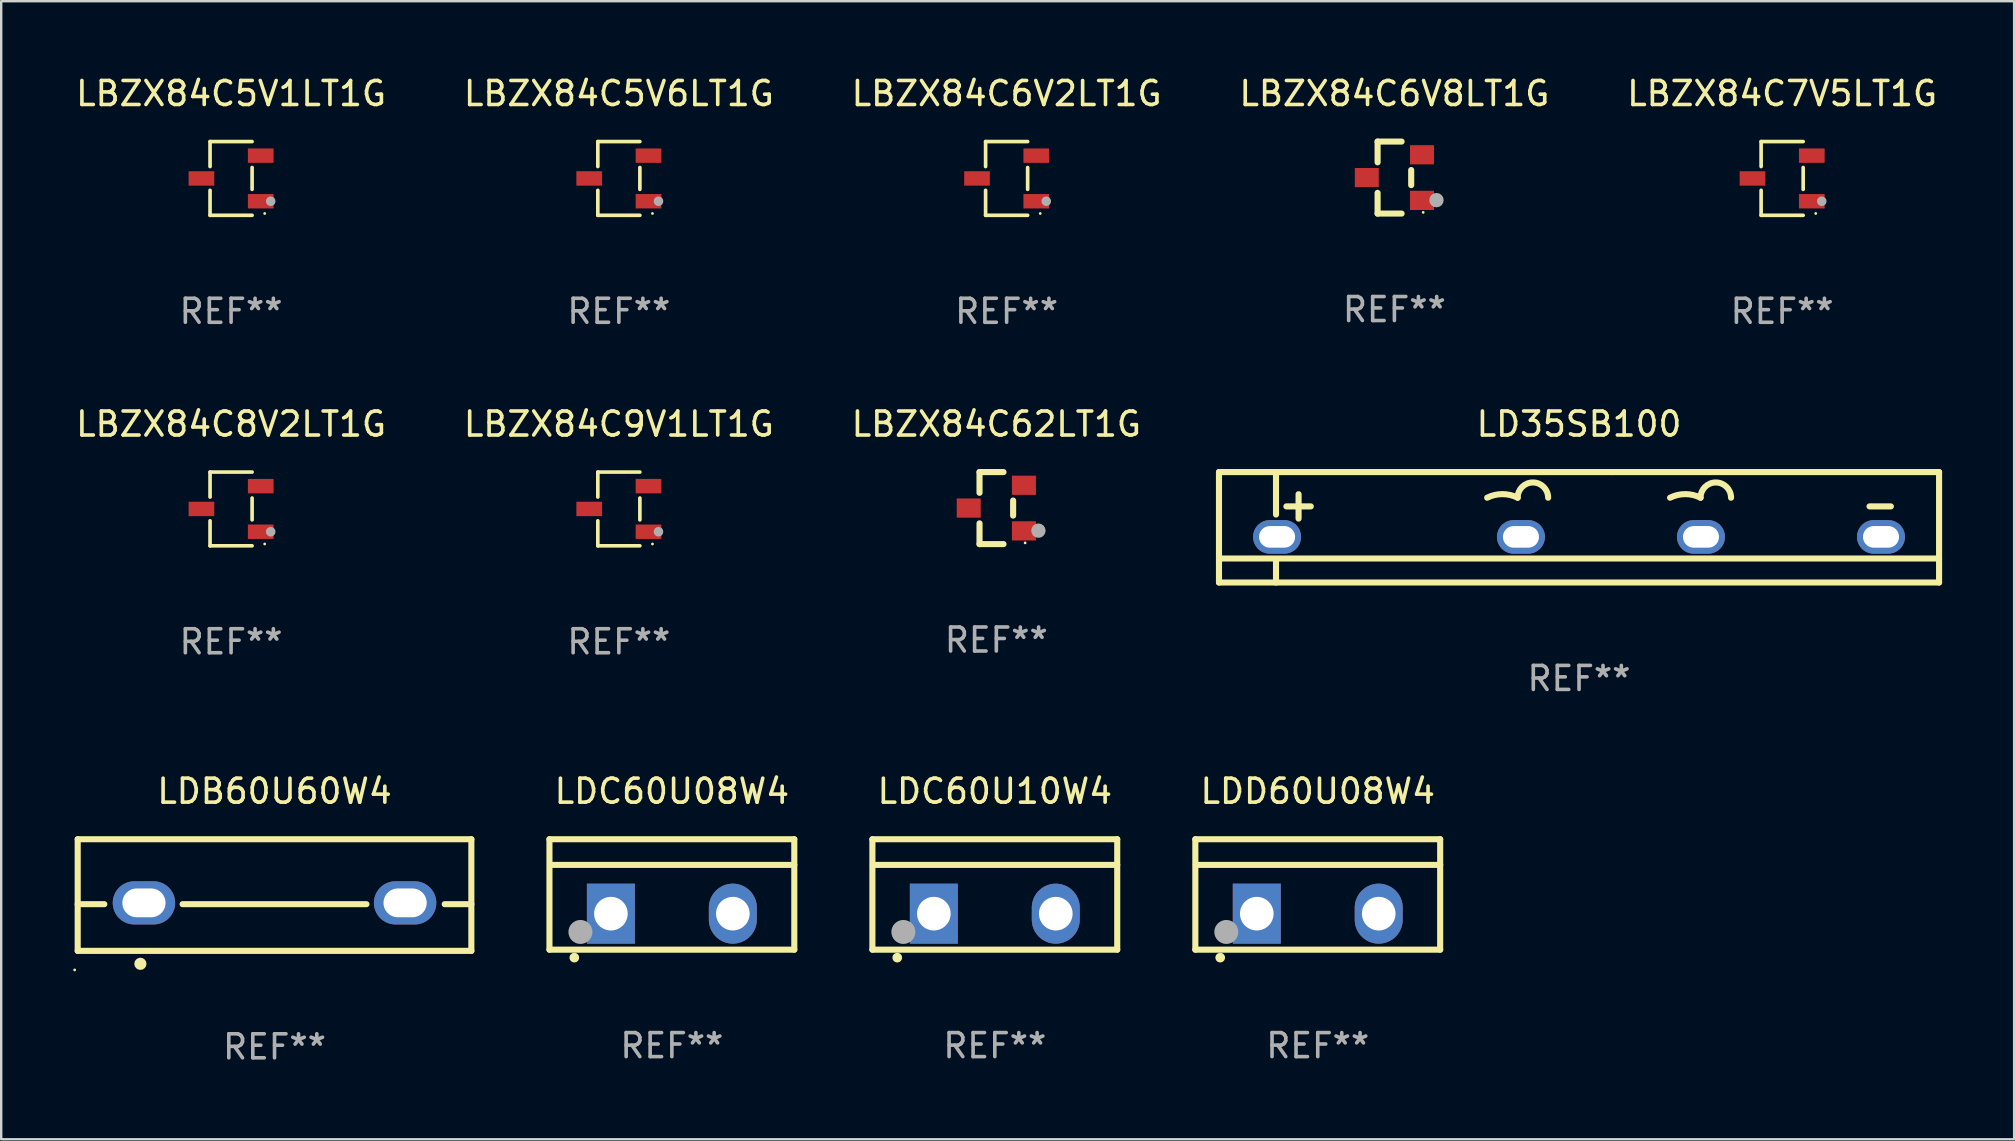
<source format=kicad_pcb>
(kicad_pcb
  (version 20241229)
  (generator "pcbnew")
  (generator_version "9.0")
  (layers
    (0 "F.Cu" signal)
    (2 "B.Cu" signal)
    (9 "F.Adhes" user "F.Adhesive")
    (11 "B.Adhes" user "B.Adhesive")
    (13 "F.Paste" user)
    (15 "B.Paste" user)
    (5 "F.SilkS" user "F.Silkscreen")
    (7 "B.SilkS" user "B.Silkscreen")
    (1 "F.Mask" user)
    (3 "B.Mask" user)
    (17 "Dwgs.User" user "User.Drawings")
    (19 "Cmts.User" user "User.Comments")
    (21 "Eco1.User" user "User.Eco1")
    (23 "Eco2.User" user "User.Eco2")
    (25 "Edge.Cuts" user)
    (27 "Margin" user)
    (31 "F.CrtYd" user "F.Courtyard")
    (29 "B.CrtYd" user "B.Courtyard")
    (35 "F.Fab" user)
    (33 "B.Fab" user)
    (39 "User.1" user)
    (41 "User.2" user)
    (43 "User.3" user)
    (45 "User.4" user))
  (footprint "LDC60U10W4"
    (layer "F.Cu")
    (at 38.395 34.214)
    (property "Reference" "LDC60U10W4" (at 0 -4.3 0) (layer "F.SilkS") (effects (font (size 1 1) (thickness 0.15))))
    (attr through_hole)
    (fp_line (start -5.1 -2.3) (end -5.1 2.3) (stroke (width 0.254) (type solid)) (layer "F.SilkS"))
    (fp_line (start -5.1 2.3) (end 5.1 2.3) (stroke (width 0.254) (type solid)) (layer "F.SilkS"))
    (fp_line (start -5.08 -1.232) (end 5.1 -1.232) (stroke (width 0.254) (type solid)) (layer "F.SilkS"))
    (fp_line (start 5.1 -2.3) (end -5.1 -2.3) (stroke (width 0.254) (type solid)) (layer "F.SilkS"))
    (fp_line (start 5.1 -2.3) (end 5.1 2.3) (stroke (width 0.254) (type solid)) (layer "F.SilkS"))
    (fp_arc (start -4.065278 2.632004) (mid -4.064008 2.632) (end -4.062738 2.632004) (stroke (width 0.4) (type solid)) (layer "F.SilkS"))
    (fp_circle (center -5.1 2.32) (end -5.07 2.32) (stroke (width 0.06) (type solid)) (fill no) (layer "F.SilkS"))
    (fp_circle (center -3.81 1.562) (end -3.56 1.562) (stroke (width 0.5) (type solid)) (fill no) (layer "F.Fab"))
    (fp_text user "REF**" (at 0 6.3 0) (layer "F.Fab") (effects (font (size 1 1) (thickness 0.15))))
    (pad "1" thru_hole rect (at -2.54 0.8) (size 2 2.5) (drill 1.4) (layers "*.Cu" "*.Mask"))
    (pad "2" thru_hole oval (at 2.54 0.8) (size 2 2.5) (drill 1.4) (layers "*.Cu" "*.Mask")))
  (footprint "LBZX84C8V2LT1G"
    (layer "F.Cu")
    (at 6.577 18.153)
    (property "Reference" "LBZX84C8V2LT1G" (at 0 -3.536 0) (layer "F.SilkS") (effects (font (size 1 1) (thickness 0.15))))
    (attr through_hole)
    (fp_line (start -0.876 -1.536) (end -0.876 -0.495) (stroke (width 0.152) (type solid)) (layer "F.SilkS"))
    (fp_line (start -0.876 1.536) (end -0.876 0.495) (stroke (width 0.152) (type solid)) (layer "F.SilkS"))
    (fp_line (start 0.876 -1.536) (end -0.876 -1.536) (stroke (width 0.152) (type solid)) (layer "F.SilkS"))
    (fp_line (start 0.876 -0.455) (end 0.876 0.455) (stroke (width 0.152) (type solid)) (layer "F.SilkS"))
    (fp_line (start 0.876 1.536) (end -0.876 1.536) (stroke (width 0.152) (type solid)) (layer "F.SilkS"))
    (fp_circle (center 1.4 1.46) (end 1.43 1.46) (stroke (width 0.06) (type solid)) (fill no) (layer "F.SilkS"))
    (fp_circle (center 1.651 0.95) (end 1.751 0.95) (stroke (width 0.2) (type solid)) (fill no) (layer "F.Fab"))
    (fp_text user "REF**" (at 0 5.536 0) (layer "F.Fab") (effects (font (size 1 1) (thickness 0.15))))
    (pad "1" smd rect (at 1.235 0.95) (size 1.07 0.6) (layers "F.Cu" "F.Mask" "F.Paste"))
    (pad "2" smd rect (at 1.235 -0.95) (size 1.07 0.6) (layers "F.Cu" "F.Mask" "F.Paste"))
    (pad "3" smd rect (at -1.235 0) (size 1.07 0.6) (layers "F.Cu" "F.Mask" "F.Paste")))
  (footprint "LDD60U08W4"
    (layer "F.Cu")
    (at 51.849 34.214)
    (property "Reference" "LDD60U08W4" (at 0 -4.3 0) (layer "F.SilkS") (effects (font (size 1 1) (thickness 0.15))))
    (attr through_hole)
    (fp_line (start -5.1 -2.3) (end -5.1 2.3) (stroke (width 0.254) (type solid)) (layer "F.SilkS"))
    (fp_line (start -5.1 2.3) (end 5.1 2.3) (stroke (width 0.254) (type solid)) (layer "F.SilkS"))
    (fp_line (start -5.08 -1.232) (end 5.1 -1.232) (stroke (width 0.254) (type solid)) (layer "F.SilkS"))
    (fp_line (start 5.1 -2.3) (end -5.1 -2.3) (stroke (width 0.254) (type solid)) (layer "F.SilkS"))
    (fp_line (start 5.1 -2.3) (end 5.1 2.3) (stroke (width 0.254) (type solid)) (layer "F.SilkS"))
    (fp_arc (start -4.065278 2.632004) (mid -4.064008 2.632) (end -4.062738 2.632004) (stroke (width 0.4) (type solid)) (layer "F.SilkS"))
    (fp_circle (center -5.1 2.32) (end -5.07 2.32) (stroke (width 0.06) (type solid)) (fill no) (layer "F.SilkS"))
    (fp_circle (center -3.81 1.562) (end -3.56 1.562) (stroke (width 0.5) (type solid)) (fill no) (layer "F.Fab"))
    (fp_text user "REF**" (at 0 6.3 0) (layer "F.Fab") (effects (font (size 1 1) (thickness 0.15))))
    (pad "1" thru_hole rect (at -2.54 0.8) (size 2 2.5) (drill 1.4) (layers "*.Cu" "*.Mask"))
    (pad "2" thru_hole oval (at 2.54 0.8) (size 2 2.5) (drill 1.4) (layers "*.Cu" "*.Mask")))
  (footprint "LBZX84C9V1LT1G"
    (layer "F.Cu")
    (at 22.732 18.153)
    (property "Reference" "LBZX84C9V1LT1G" (at 0 -3.536 0) (layer "F.SilkS") (effects (font (size 1 1) (thickness 0.15))))
    (attr through_hole)
    (fp_line (start -0.876 -1.536) (end -0.876 -0.495) (stroke (width 0.152) (type solid)) (layer "F.SilkS"))
    (fp_line (start -0.876 1.536) (end -0.876 0.495) (stroke (width 0.152) (type solid)) (layer "F.SilkS"))
    (fp_line (start 0.876 -1.536) (end -0.876 -1.536) (stroke (width 0.152) (type solid)) (layer "F.SilkS"))
    (fp_line (start 0.876 -0.455) (end 0.876 0.455) (stroke (width 0.152) (type solid)) (layer "F.SilkS"))
    (fp_line (start 0.876 1.536) (end -0.876 1.536) (stroke (width 0.152) (type solid)) (layer "F.SilkS"))
    (fp_circle (center 1.4 1.46) (end 1.43 1.46) (stroke (width 0.06) (type solid)) (fill no) (layer "F.SilkS"))
    (fp_circle (center 1.651 0.95) (end 1.751 0.95) (stroke (width 0.2) (type solid)) (fill no) (layer "F.Fab"))
    (fp_text user "REF**" (at 0 5.536 0) (layer "F.Fab") (effects (font (size 1 1) (thickness 0.15))))
    (pad "1" smd rect (at 1.235 0.95) (size 1.07 0.6) (layers "F.Cu" "F.Mask" "F.Paste"))
    (pad "2" smd rect (at 1.235 -0.95) (size 1.07 0.6) (layers "F.Cu" "F.Mask" "F.Paste"))
    (pad "3" smd rect (at -1.235 0) (size 1.07 0.6) (layers "F.Cu" "F.Mask" "F.Paste")))
  (footprint "LBZX84C5V6LT1G"
    (layer "F.Cu")
    (at 22.732 4.384)
    (property "Reference" "LBZX84C5V6LT1G" (at 0 -3.536 0) (layer "F.SilkS") (effects (font (size 1 1) (thickness 0.15))))
    (attr through_hole)
    (fp_line (start -0.876 -1.536) (end -0.876 -0.495) (stroke (width 0.152) (type solid)) (layer "F.SilkS"))
    (fp_line (start -0.876 1.536) (end -0.876 0.495) (stroke (width 0.152) (type solid)) (layer "F.SilkS"))
    (fp_line (start 0.876 -1.536) (end -0.876 -1.536) (stroke (width 0.152) (type solid)) (layer "F.SilkS"))
    (fp_line (start 0.876 -0.455) (end 0.876 0.455) (stroke (width 0.152) (type solid)) (layer "F.SilkS"))
    (fp_line (start 0.876 1.536) (end -0.876 1.536) (stroke (width 0.152) (type solid)) (layer "F.SilkS"))
    (fp_circle (center 1.4 1.46) (end 1.43 1.46) (stroke (width 0.06) (type solid)) (fill no) (layer "F.SilkS"))
    (fp_circle (center 1.651 0.95) (end 1.751 0.95) (stroke (width 0.2) (type solid)) (fill no) (layer "F.Fab"))
    (fp_text user "REF**" (at 0 5.536 0) (layer "F.Fab") (effects (font (size 1 1) (thickness 0.15))))
    (pad "1" smd rect (at 1.235 0.95) (size 1.07 0.6) (layers "F.Cu" "F.Mask" "F.Paste"))
    (pad "2" smd rect (at 1.235 -0.95) (size 1.07 0.6) (layers "F.Cu" "F.Mask" "F.Paste"))
    (pad "3" smd rect (at -1.235 0) (size 1.07 0.6) (layers "F.Cu" "F.Mask" "F.Paste")))
  (footprint "LBZX84C62LT1G"
    (layer "F.Cu")
    (at 38.458 18.117)
    (property "Reference" "LBZX84C62LT1G" (at 0 -3.5 0) (layer "F.SilkS") (effects (font (size 1 1) (thickness 0.15))))
    (attr through_hole)
    (fp_line (start -0.7 -1.5) (end 0.3 -1.5) (stroke (width 0.254) (type solid)) (layer "F.SilkS"))
    (fp_line (start -0.7 -0.636) (end -0.7 -1.5) (stroke (width 0.254) (type solid)) (layer "F.SilkS"))
    (fp_line (start -0.7 1.5) (end -0.7 0.636) (stroke (width 0.254) (type solid)) (layer "F.SilkS"))
    (fp_line (start -0.7 1.5) (end 0.3 1.5) (stroke (width 0.254) (type solid)) (layer "F.SilkS"))
    (fp_line (start 0.7 0.314) (end 0.7 -0.314) (stroke (width 0.254) (type solid)) (layer "F.SilkS"))
    (fp_circle (center 1.2 1.45) (end 1.23 1.45) (stroke (width 0.06) (type solid)) (fill no) (layer "F.SilkS"))
    (fp_circle (center 1.753 0.94) (end 1.903 0.94) (stroke (width 0.3) (type solid)) (fill no) (layer "F.Fab"))
    (fp_text user "REF**" (at 0 5.5 0) (layer "F.Fab") (effects (font (size 1 1) (thickness 0.15))))
    (pad "1" smd rect (at 1.15 0.95 180) (size 1 0.8) (layers "F.Cu" "F.Mask" "F.Paste"))
    (pad "2" smd rect (at 1.15 -0.95 180) (size 1 0.8) (layers "F.Cu" "F.Mask" "F.Paste"))
    (pad "3" smd rect (at -1.15 -0.000051 180) (size 1 0.8) (layers "F.Cu" "F.Mask" "F.Paste")))
  (footprint "LBZX84C7V5LT1G"
    (layer "F.Cu")
    (at 71.196 4.384)
    (property "Reference" "LBZX84C7V5LT1G" (at 0 -3.536 0) (layer "F.SilkS") (effects (font (size 1 1) (thickness 0.15))))
    (attr through_hole)
    (fp_line (start -0.876 -1.536) (end -0.876 -0.495) (stroke (width 0.152) (type solid)) (layer "F.SilkS"))
    (fp_line (start -0.876 1.536) (end -0.876 0.495) (stroke (width 0.152) (type solid)) (layer "F.SilkS"))
    (fp_line (start 0.876 -1.536) (end -0.876 -1.536) (stroke (width 0.152) (type solid)) (layer "F.SilkS"))
    (fp_line (start 0.876 -0.455) (end 0.876 0.455) (stroke (width 0.152) (type solid)) (layer "F.SilkS"))
    (fp_line (start 0.876 1.536) (end -0.876 1.536) (stroke (width 0.152) (type solid)) (layer "F.SilkS"))
    (fp_circle (center 1.4 1.46) (end 1.43 1.46) (stroke (width 0.06) (type solid)) (fill no) (layer "F.SilkS"))
    (fp_circle (center 1.651 0.95) (end 1.751 0.95) (stroke (width 0.2) (type solid)) (fill no) (layer "F.Fab"))
    (fp_text user "REF**" (at 0 5.536 0) (layer "F.Fab") (effects (font (size 1 1) (thickness 0.15))))
    (pad "1" smd rect (at 1.235 0.95) (size 1.07 0.6) (layers "F.Cu" "F.Mask" "F.Paste"))
    (pad "2" smd rect (at 1.235 -0.95) (size 1.07 0.6) (layers "F.Cu" "F.Mask" "F.Paste"))
    (pad "3" smd rect (at -1.235 0) (size 1.07 0.6) (layers "F.Cu" "F.Mask" "F.Paste")))
  (footprint "LBZX84C6V8LT1G"
    (layer "F.Cu")
    (at 55.042 4.348)
    (property "Reference" "LBZX84C6V8LT1G" (at 0 -3.5 0) (layer "F.SilkS") (effects (font (size 1 1) (thickness 0.15))))
    (attr through_hole)
    (fp_line (start -0.7 -1.5) (end 0.3 -1.5) (stroke (width 0.254) (type solid)) (layer "F.SilkS"))
    (fp_line (start -0.7 -0.636) (end -0.7 -1.5) (stroke (width 0.254) (type solid)) (layer "F.SilkS"))
    (fp_line (start -0.7 1.5) (end -0.7 0.636) (stroke (width 0.254) (type solid)) (layer "F.SilkS"))
    (fp_line (start -0.7 1.5) (end 0.3 1.5) (stroke (width 0.254) (type solid)) (layer "F.SilkS"))
    (fp_line (start 0.7 0.314) (end 0.7 -0.314) (stroke (width 0.254) (type solid)) (layer "F.SilkS"))
    (fp_circle (center 1.2 1.45) (end 1.23 1.45) (stroke (width 0.06) (type solid)) (fill no) (layer "F.SilkS"))
    (fp_circle (center 1.753 0.94) (end 1.903 0.94) (stroke (width 0.3) (type solid)) (fill no) (layer "F.Fab"))
    (fp_text user "REF**" (at 0 5.5 0) (layer "F.Fab") (effects (font (size 1 1) (thickness 0.15))))
    (pad "1" smd rect (at 1.15 0.95 180) (size 1 0.8) (layers "F.Cu" "F.Mask" "F.Paste"))
    (pad "2" smd rect (at 1.15 -0.95 180) (size 1 0.8) (layers "F.Cu" "F.Mask" "F.Paste"))
    (pad "3" smd rect (at -1.15 -0.000051 180) (size 1 0.8) (layers "F.Cu" "F.Mask" "F.Paste")))
  (footprint "LDB60U60W4"
    (layer "F.Cu")
    (at 8.387 34.239)
    (property "Reference" "LDB60U60W4" (at 0 -4.325 0) (layer "F.SilkS") (effects (font (size 1 1) (thickness 0.15))))
    (attr through_hole)
    (fp_line (start -8.2 -2.325) (end -8.2 2.325) (stroke (width 0.254) (type solid)) (layer "F.SilkS"))
    (fp_line (start -8.2 -2.325) (end 8.2 -2.325) (stroke (width 0.254) (type solid)) (layer "F.SilkS"))
    (fp_line (start -8.2 0.38) (end -7.09 0.38) (stroke (width 0.254) (type solid)) (layer "F.SilkS"))
    (fp_line (start -8.2 2.325) (end 8.2 2.325) (stroke (width 0.254) (type solid)) (layer "F.SilkS"))
    (fp_line (start -3.83 0.38) (end 3.83 0.38) (stroke (width 0.254) (type solid)) (layer "F.SilkS"))
    (fp_line (start 7.09 0.38) (end 8.2 0.38) (stroke (width 0.254) (type solid)) (layer "F.SilkS"))
    (fp_line (start 8.2 -2.325) (end 8.2 2.325) (stroke (width 0.254) (type solid)) (layer "F.SilkS"))
    (fp_circle (center -8.327 3.119) (end -8.297 3.119) (stroke (width 0.06) (type solid)) (fill no) (layer "F.SilkS"))
    (fp_circle (center -5.588 2.865) (end -5.461 2.865) (stroke (width 0.254) (type solid)) (fill no) (layer "F.SilkS"))
    (fp_text user "REF**" (at 0 6.325 0) (layer "F.Fab") (effects (font (size 1 1) (thickness 0.15))))
    (pad "1" thru_hole oval (at -5.44 0.325) (size 2.6 1.8) (drill oval 1.8 1.2) (layers "*.Cu" "*.Mask"))
    (pad "2" thru_hole oval (at 5.44 0.325) (size 2.6 1.8) (drill oval 1.8 1.2) (layers "*.Cu" "*.Mask")))
  (footprint "LBZX84C6V2LT1G"
    (layer "F.Cu")
    (at 38.887 4.384)
    (property "Reference" "LBZX84C6V2LT1G" (at 0 -3.536 0) (layer "F.SilkS") (effects (font (size 1 1) (thickness 0.15))))
    (attr through_hole)
    (fp_line (start -0.876 -1.536) (end -0.876 -0.495) (stroke (width 0.152) (type solid)) (layer "F.SilkS"))
    (fp_line (start -0.876 1.536) (end -0.876 0.495) (stroke (width 0.152) (type solid)) (layer "F.SilkS"))
    (fp_line (start 0.876 -1.536) (end -0.876 -1.536) (stroke (width 0.152) (type solid)) (layer "F.SilkS"))
    (fp_line (start 0.876 -0.455) (end 0.876 0.455) (stroke (width 0.152) (type solid)) (layer "F.SilkS"))
    (fp_line (start 0.876 1.536) (end -0.876 1.536) (stroke (width 0.152) (type solid)) (layer "F.SilkS"))
    (fp_circle (center 1.4 1.46) (end 1.43 1.46) (stroke (width 0.06) (type solid)) (fill no) (layer "F.SilkS"))
    (fp_circle (center 1.651 0.95) (end 1.751 0.95) (stroke (width 0.2) (type solid)) (fill no) (layer "F.Fab"))
    (fp_text user "REF**" (at 0 5.536 0) (layer "F.Fab") (effects (font (size 1 1) (thickness 0.15))))
    (pad "1" smd rect (at 1.235 0.95) (size 1.07 0.6) (layers "F.Cu" "F.Mask" "F.Paste"))
    (pad "2" smd rect (at 1.235 -0.95) (size 1.07 0.6) (layers "F.Cu" "F.Mask" "F.Paste"))
    (pad "3" smd rect (at -1.235 0) (size 1.07 0.6) (layers "F.Cu" "F.Mask" "F.Paste")))
  (footprint "LBZX84C5V1LT1G"
    (layer "F.Cu")
    (at 6.577 4.384)
    (property "Reference" "LBZX84C5V1LT1G" (at 0 -3.536 0) (layer "F.SilkS") (effects (font (size 1 1) (thickness 0.15))))
    (attr through_hole)
    (fp_line (start -0.876 -1.536) (end -0.876 -0.495) (stroke (width 0.152) (type solid)) (layer "F.SilkS"))
    (fp_line (start -0.876 1.536) (end -0.876 0.495) (stroke (width 0.152) (type solid)) (layer "F.SilkS"))
    (fp_line (start 0.876 -1.536) (end -0.876 -1.536) (stroke (width 0.152) (type solid)) (layer "F.SilkS"))
    (fp_line (start 0.876 -0.455) (end 0.876 0.455) (stroke (width 0.152) (type solid)) (layer "F.SilkS"))
    (fp_line (start 0.876 1.536) (end -0.876 1.536) (stroke (width 0.152) (type solid)) (layer "F.SilkS"))
    (fp_circle (center 1.4 1.46) (end 1.43 1.46) (stroke (width 0.06) (type solid)) (fill no) (layer "F.SilkS"))
    (fp_circle (center 1.651 0.95) (end 1.751 0.95) (stroke (width 0.2) (type solid)) (fill no) (layer "F.Fab"))
    (fp_text user "REF**" (at 0 5.536 0) (layer "F.Fab") (effects (font (size 1 1) (thickness 0.15))))
    (pad "1" smd rect (at 1.235 0.95) (size 1.07 0.6) (layers "F.Cu" "F.Mask" "F.Paste"))
    (pad "2" smd rect (at 1.235 -0.95) (size 1.07 0.6) (layers "F.Cu" "F.Mask" "F.Paste"))
    (pad "3" smd rect (at -1.235 0) (size 1.07 0.6) (layers "F.Cu" "F.Mask" "F.Paste")))
  (footprint "LDC60U08W4"
    (layer "F.Cu")
    (at 24.941 34.214)
    (property "Reference" "LDC60U08W4" (at 0 -4.3 0) (layer "F.SilkS") (effects (font (size 1 1) (thickness 0.15))))
    (attr through_hole)
    (fp_line (start -5.1 -2.3) (end -5.1 2.3) (stroke (width 0.254) (type solid)) (layer "F.SilkS"))
    (fp_line (start -5.1 2.3) (end 5.1 2.3) (stroke (width 0.254) (type solid)) (layer "F.SilkS"))
    (fp_line (start -5.08 -1.232) (end 5.1 -1.232) (stroke (width 0.254) (type solid)) (layer "F.SilkS"))
    (fp_line (start 5.1 -2.3) (end -5.1 -2.3) (stroke (width 0.254) (type solid)) (layer "F.SilkS"))
    (fp_line (start 5.1 -2.3) (end 5.1 2.3) (stroke (width 0.254) (type solid)) (layer "F.SilkS"))
    (fp_arc (start -4.065278 2.632004) (mid -4.064008 2.632) (end -4.062738 2.632004) (stroke (width 0.4) (type solid)) (layer "F.SilkS"))
    (fp_circle (center -5.1 2.32) (end -5.07 2.32) (stroke (width 0.06) (type solid)) (fill no) (layer "F.SilkS"))
    (fp_circle (center -3.81 1.562) (end -3.56 1.562) (stroke (width 0.5) (type solid)) (fill no) (layer "F.Fab"))
    (fp_text user "REF**" (at 0 6.3 0) (layer "F.Fab") (effects (font (size 1 1) (thickness 0.15))))
    (pad "1" thru_hole rect (at -2.54 0.8) (size 2 2.5) (drill 1.4) (layers "*.Cu" "*.Mask"))
    (pad "2" thru_hole oval (at 2.54 0.8) (size 2 2.5) (drill 1.4) (layers "*.Cu" "*.Mask")))
  (footprint "LD35SB100"
    (layer "F.Cu")
    (at 62.734 18.917)
    (property "Reference" "LD35SB100" (at 0 -4.3 0) (layer "F.SilkS") (effects (font (size 1 1) (thickness 0.15))))
    (attr through_hole)
    (fp_line (start -15 -2.3) (end -15 2.3) (stroke (width 0.254) (type solid)) (layer "F.SilkS"))
    (fp_line (start -15 1.3) (end 15 1.3) (stroke (width 0.254) (type solid)) (layer "F.SilkS"))
    (fp_line (start -15 2.3) (end 15 2.3) (stroke (width 0.254) (type solid)) (layer "F.SilkS"))
    (fp_line (start -15 -2.3) (end 1.401 -2.3) (stroke (width 0.254) (type solid)) (layer "F.SilkS"))
    (fp_line (start -12.624 -2.3) (end -12.624 -0.531) (stroke (width 0.254) (type solid)) (layer "F.SilkS"))
    (fp_line (start -12.624 1.331) (end -12.624 2.3) (stroke (width 0.254) (type solid)) (layer "F.SilkS"))
    (fp_line (start -12.192 -0.87) (end -11.176 -0.87) (stroke (width 0.254) (type solid)) (layer "F.SilkS"))
    (fp_line (start -11.684 -0.362) (end -11.684 -1.378) (stroke (width 0.254) (type solid)) (layer "F.SilkS"))
    (fp_line (start 1.401 -2.3) (end 15 -2.3) (stroke (width 0.254) (type solid)) (layer "F.SilkS"))
    (fp_line (start 12.102 -0.87) (end 12.991 -0.87) (stroke (width 0.254) (type solid)) (layer "F.SilkS"))
    (fp_line (start 15 -2.3) (end 15 2.3) (stroke (width 0.254) (type solid)) (layer "F.SilkS"))
    (fp_arc (start -3.827165 -1.231826) (mid -3.192164 -1.381729) (end -2.557163 -1.231826) (stroke (width 0.254001) (type solid)) (layer "F.SilkS"))
    (fp_arc (start -2.557164 -1.231826) (mid -1.922162 -1.866828) (end -1.28716 -1.231826) (stroke (width 0.254001) (type solid)) (layer "F.SilkS"))
    (fp_arc (start 3.79285 -1.231826) (mid 4.427851 -1.381729) (end 5.062852 -1.231826) (stroke (width 0.254001) (type solid)) (layer "F.SilkS"))
    (fp_arc (start 5.062853 -1.231826) (mid 5.697854 -1.866827) (end 6.332855 -1.231826) (stroke (width 0.254001) (type solid)) (layer "F.SilkS"))
    (fp_text user "REF**" (at 0 6.3 0) (layer "F.Fab") (effects (font (size 1 1) (thickness 0.15))))
    (pad "1" thru_hole oval (at -12.58 0.4 90) (size 1.4 2) (drill oval 0.9 1.5) (layers "*.Cu" "*.Mask"))
    (pad "2" thru_hole oval (at -2.42 0.4 90) (size 1.4 2) (drill oval 0.9 1.5) (layers "*.Cu" "*.Mask"))
    (pad "3" thru_hole oval (at 5.08 0.4 90) (size 1.4 2) (drill oval 0.9 1.5) (layers "*.Cu" "*.Mask"))
    (pad "4" thru_hole oval (at 12.58 0.4 90) (size 1.4 2) (drill oval 0.9 1.5) (layers "*.Cu" "*.Mask")))
  (gr_rect
    (start -3 -3)
    (end 80.861 44.412)
    (stroke (width 0.1) (type default))
    (fill no)
    (layer "Edge.Cuts")))
</source>
